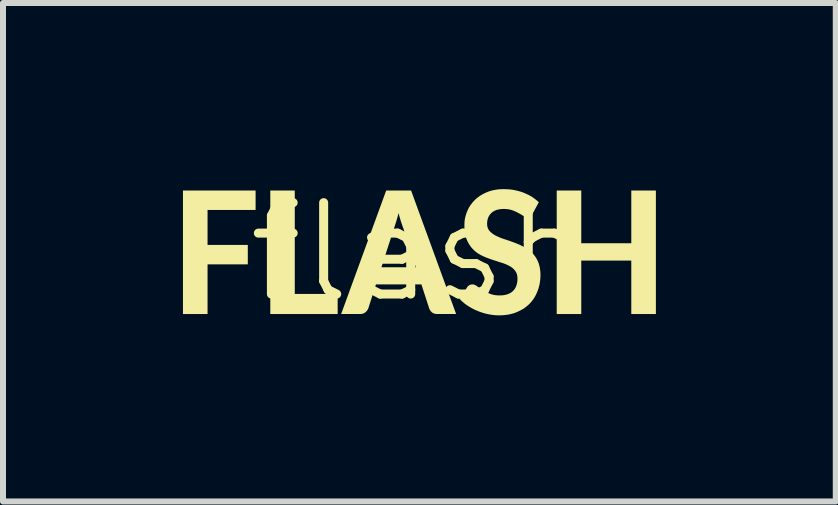
<source format=kicad_pcb>
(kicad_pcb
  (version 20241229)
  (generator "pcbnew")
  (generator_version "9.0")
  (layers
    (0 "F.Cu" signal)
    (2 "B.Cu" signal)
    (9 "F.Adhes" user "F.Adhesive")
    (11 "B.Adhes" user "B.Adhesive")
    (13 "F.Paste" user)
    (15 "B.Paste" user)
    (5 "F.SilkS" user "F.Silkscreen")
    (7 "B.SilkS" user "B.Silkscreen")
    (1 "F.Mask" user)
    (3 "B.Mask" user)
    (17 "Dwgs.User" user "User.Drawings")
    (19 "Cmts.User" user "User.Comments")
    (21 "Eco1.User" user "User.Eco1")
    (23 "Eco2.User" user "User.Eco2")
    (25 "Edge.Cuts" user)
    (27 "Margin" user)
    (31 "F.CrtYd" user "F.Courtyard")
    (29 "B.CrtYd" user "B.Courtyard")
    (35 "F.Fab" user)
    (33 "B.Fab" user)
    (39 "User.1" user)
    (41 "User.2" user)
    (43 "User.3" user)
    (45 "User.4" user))
  (footprint "flash"
    (layer "F.Cu")
    (at 3.942 1.155)
    (property "Reference" "flash" (at 0 0 0) (layer "F.SilkS") (effects (font (size 1.524 1.524) (thickness 0.15))))
    (attr through_hole)
    (fp_poly (pts (xy -2.078 0.695) (xy -2.078 -1.029) (xy -2.486 -1.029) (xy -2.486 1.03) (xy -1.363 1.03) (xy -1.363 0.695) (xy -2.078 0.695)) (stroke (width 0.000001) (type solid)) (fill yes) (layer "F.SilkS"))
    (fp_poly (pts (xy -2.731 -1.029) (xy -3.942 -1.029) (xy -3.942 1.03) (xy -3.532 1.03) (xy -3.532 0.202) (xy -2.861 0.202) (xy -2.861 -0.122) (xy -3.532 -0.122) (xy -3.532 -0.705) (xy -2.731 -0.705) (xy -2.731 -1.029)) (stroke (width 0.000001) (type solid)) (fill yes) (layer "F.SilkS"))
    (fp_poly (pts (xy 3.942 1.03) (xy 3.942 -1.029) (xy 3.532 -1.029) (xy 3.532 -0.15) (xy 2.698 -0.15) (xy 2.698 -1.029) (xy 2.289 -1.029) (xy 2.289 1.03) (xy 2.698 1.03) (xy 2.698 0.139) (xy 3.532 0.139) (xy 3.532 1.03) (xy 3.942 1.03)) (stroke (width 0.000001) (type solid)) (fill yes) (layer "F.SilkS"))
    (fp_poly (pts (xy 0.612 1.03) (xy -0.139 -1.029) (xy -0.554 -1.029) (xy -1.305 1.03) (xy -0.987 1.03) (xy -0.955 1.027) (xy -0.926 1.018) (xy -0.901 1.002) (xy -0.872 0.972) (xy -0.853 0.939) (xy -0.725 0.536) (xy -0.633 0.25) (xy -0.424 -0.399) (xy -0.412 -0.433) (xy -0.4 -0.471) (xy -0.387 -0.512) (xy -0.377 -0.546) (xy -0.367 -0.58) (xy -0.357 -0.616) (xy -0.348 -0.653) (xy -0.338 -0.616) (xy -0.328 -0.58) (xy -0.318 -0.546) (xy -0.308 -0.512) (xy -0.294 -0.472) (xy -0.282 -0.435) (xy -0.269 -0.401) (xy -0.06 0.25) (xy -0.633 0.25) (xy -0.725 0.536) (xy 0.033 0.536) (xy 0.164 0.94) (xy 0.176 0.965) (xy 0.192 0.986) (xy 0.212 1.005) (xy 0.236 1.019) (xy 0.265 1.027) (xy 0.298 1.03) (xy 0.612 1.03)) (stroke (width 0.000001) (type solid)) (fill yes) (layer "F.SilkS"))
    (fp_poly (pts (xy 1.886 -0.641) (xy 1.99 -0.833) (xy 1.962 -0.859) (xy 1.934 -0.882) (xy 1.903 -0.905) (xy 1.872 -0.926) (xy 1.839 -0.945) (xy 1.804 -0.963) (xy 1.768 -0.979) (xy 1.731 -0.995) (xy 1.697 -1.007) (xy 1.663 -1.017) (xy 1.628 -1.026) (xy 1.592 -1.034) (xy 1.556 -1.041) (xy 1.519 -1.046) (xy 1.481 -1.049) (xy 1.443 -1.051) (xy 1.404 -1.052) (xy 1.365 -1.051) (xy 1.328 -1.049) (xy 1.291 -1.045) (xy 1.256 -1.039) (xy 1.221 -1.032) (xy 1.188 -1.023) (xy 1.156 -1.013) (xy 1.125 -1.001) (xy 1.091 -0.986) (xy 1.059 -0.97) (xy 1.028 -0.952) (xy 0.999 -0.933) (xy 0.971 -0.912) (xy 0.945 -0.891) (xy 0.92 -0.867) (xy 0.893 -0.839) (xy 0.869 -0.809) (xy 0.846 -0.777) (xy 0.826 -0.745) (xy 0.809 -0.711) (xy 0.793 -0.675) (xy 0.78 -0.639) (xy 0.769 -0.603) (xy 0.76 -0.567) (xy 0.754 -0.53) (xy 0.751 -0.493) (xy 0.75 -0.455) (xy 0.75 -0.415) (xy 0.753 -0.377) (xy 0.756 -0.341) (xy 0.762 -0.307) (xy 0.769 -0.275) (xy 0.777 -0.245) (xy 0.787 -0.216) (xy 0.803 -0.179) (xy 0.822 -0.144) (xy 0.842 -0.112) (xy 0.864 -0.082) (xy 0.888 -0.055) (xy 0.913 -0.03) (xy 0.94 -0.007) (xy 0.968 0.014) (xy 0.998 0.033) (xy 1.029 0.05) (xy 1.061 0.065) (xy 1.093 0.08) (xy 1.126 0.093) (xy 1.159 0.105) (xy 1.191 0.117) (xy 1.225 0.128) (xy 1.258 0.139) (xy 1.29 0.149) (xy 1.322 0.16) (xy 1.354 0.17) (xy 1.393 0.182) (xy 1.43 0.196) (xy 1.465 0.211) (xy 1.497 0.227) (xy 1.526 0.244) (xy 1.553 0.264) (xy 1.576 0.286) (xy 1.596 0.309) (xy 1.613 0.336) (xy 1.625 0.366) (xy 1.632 0.4) (xy 1.635 0.438) (xy 1.633 0.483) (xy 1.626 0.523) (xy 1.615 0.56) (xy 1.6 0.594) (xy 1.581 0.623) (xy 1.557 0.649) (xy 1.53 0.671) (xy 1.499 0.688) (xy 1.464 0.702) (xy 1.426 0.712) (xy 1.385 0.718) (xy 1.34 0.72) (xy 1.303 0.719) (xy 1.268 0.716) (xy 1.234 0.71) (xy 1.203 0.702) (xy 1.174 0.692) (xy 1.141 0.677) (xy 1.109 0.662) (xy 1.079 0.645) (xy 1.052 0.629) (xy 1.018 0.606) (xy 0.987 0.585) (xy 0.959 0.565) (xy 0.933 0.549) (xy 0.908 0.539) (xy 0.883 0.536) (xy 0.856 0.539) (xy 0.83 0.55) (xy 0.809 0.566) (xy 0.793 0.587) (xy 0.672 0.781) (xy 0.696 0.805) (xy 0.721 0.828) (xy 0.748 0.851) (xy 0.776 0.872) (xy 0.805 0.892) (xy 0.836 0.911) (xy 0.868 0.93) (xy 0.9 0.947) (xy 0.933 0.963) (xy 0.967 0.977) (xy 1.001 0.991) (xy 1.036 1.003) (xy 1.071 1.014) (xy 1.107 1.024) (xy 1.143 1.032) (xy 1.181 1.039) (xy 1.218 1.045) (xy 1.255 1.049) (xy 1.292 1.051) (xy 1.329 1.052) (xy 1.37 1.051) (xy 1.409 1.049) (xy 1.447 1.044) (xy 1.484 1.039) (xy 1.52 1.031) (xy 1.555 1.022) (xy 1.588 1.012) (xy 1.621 0.999) (xy 1.657 0.983) (xy 1.691 0.966) (xy 1.724 0.947) (xy 1.755 0.927) (xy 1.784 0.905) (xy 1.812 0.881) (xy 1.838 0.857) (xy 1.862 0.83) (xy 1.885 0.802) (xy 1.906 0.772) (xy 1.925 0.742) (xy 1.942 0.71) (xy 1.957 0.677) (xy 1.971 0.643) (xy 1.984 0.607) (xy 1.994 0.571) (xy 2.003 0.534) (xy 2.009 0.497) (xy 2.014 0.459) (xy 2.017 0.42) (xy 2.018 0.381) (xy 2.017 0.339) (xy 2.013 0.299) (xy 2.008 0.262) (xy 2 0.226) (xy 1.991 0.193) (xy 1.979 0.162) (xy 1.963 0.127) (xy 1.945 0.095) (xy 1.925 0.064) (xy 1.903 0.036) (xy 1.878 0.01) (xy 1.853 -0.014) (xy 1.826 -0.036) (xy 1.797 -0.057) (xy 1.767 -0.075) (xy 1.736 -0.092) (xy 1.704 -0.108) (xy 1.672 -0.124) (xy 1.639 -0.138) (xy 1.606 -0.151) (xy 1.573 -0.164) (xy 1.539 -0.176) (xy 1.506 -0.188) (xy 1.473 -0.199) (xy 1.441 -0.21) (xy 1.408 -0.221) (xy 1.37 -0.234) (xy 1.333 -0.249) (xy 1.299 -0.264) (xy 1.266 -0.28) (xy 1.236 -0.298) (xy 1.21 -0.317) (xy 1.186 -0.337) (xy 1.165 -0.359) (xy 1.149 -0.384) (xy 1.137 -0.411) (xy 1.13 -0.442) (xy 1.128 -0.475) (xy 1.131 -0.518) (xy 1.139 -0.557) (xy 1.153 -0.592) (xy 1.172 -0.624) (xy 1.198 -0.653) (xy 1.223 -0.674) (xy 1.253 -0.691) (xy 1.286 -0.705) (xy 1.323 -0.714) (xy 1.364 -0.72) (xy 1.408 -0.722) (xy 1.447 -0.72) (xy 1.483 -0.716) (xy 1.517 -0.709) (xy 1.548 -0.7) (xy 1.587 -0.685) (xy 1.622 -0.669) (xy 1.653 -0.652) (xy 1.683 -0.636) (xy 1.71 -0.62) (xy 1.734 -0.605) (xy 1.767 -0.589) (xy 1.798 -0.584) (xy 1.826 -0.587) (xy 1.849 -0.596) (xy 1.869 -0.614) (xy 1.886 -0.641)) (stroke (width 0.000001) (type solid)) (fill yes) (layer "F.SilkS")))
  (gr_rect
    (start -3 -3)
    (end 10.883 5.31)
    (stroke (width 0.1) (type default))
    (fill no)
    (layer "Edge.Cuts")))
</source>
